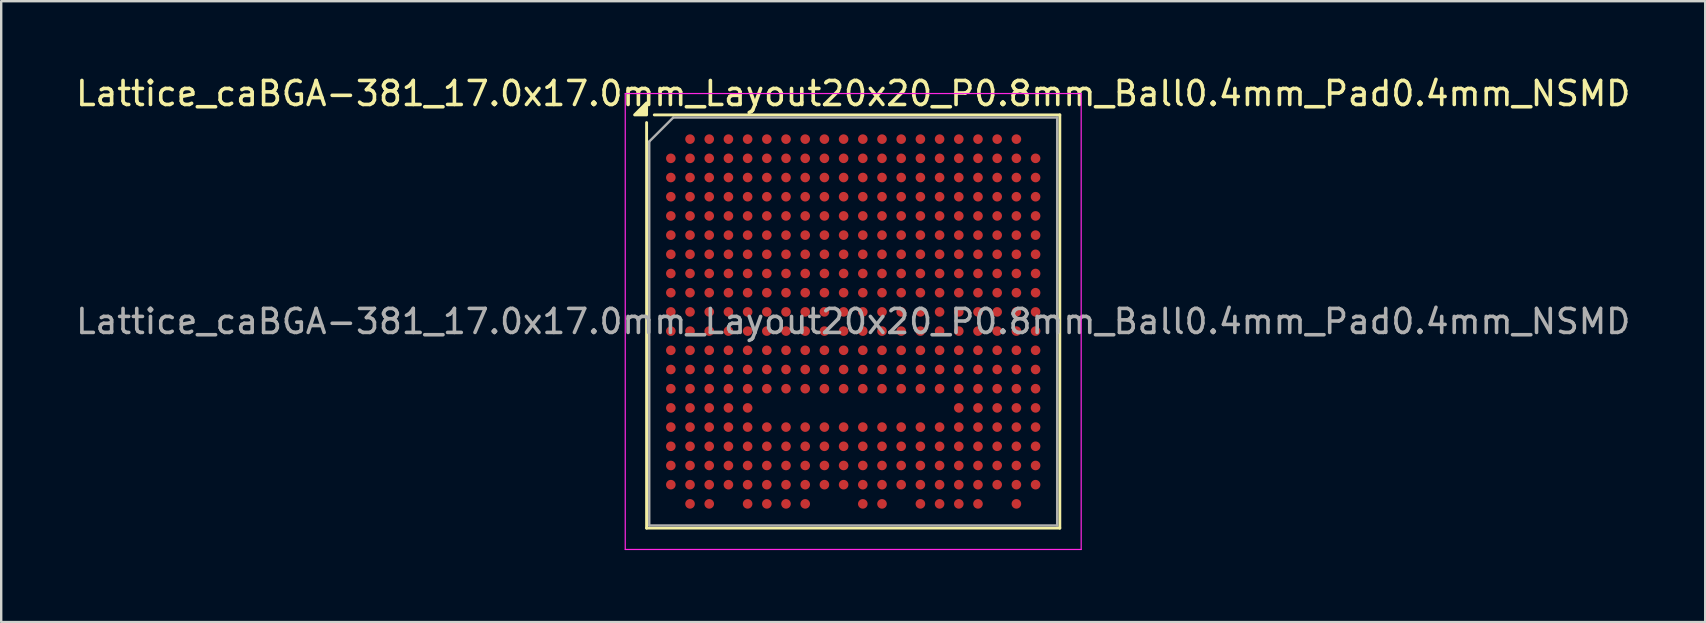
<source format=kicad_pcb>
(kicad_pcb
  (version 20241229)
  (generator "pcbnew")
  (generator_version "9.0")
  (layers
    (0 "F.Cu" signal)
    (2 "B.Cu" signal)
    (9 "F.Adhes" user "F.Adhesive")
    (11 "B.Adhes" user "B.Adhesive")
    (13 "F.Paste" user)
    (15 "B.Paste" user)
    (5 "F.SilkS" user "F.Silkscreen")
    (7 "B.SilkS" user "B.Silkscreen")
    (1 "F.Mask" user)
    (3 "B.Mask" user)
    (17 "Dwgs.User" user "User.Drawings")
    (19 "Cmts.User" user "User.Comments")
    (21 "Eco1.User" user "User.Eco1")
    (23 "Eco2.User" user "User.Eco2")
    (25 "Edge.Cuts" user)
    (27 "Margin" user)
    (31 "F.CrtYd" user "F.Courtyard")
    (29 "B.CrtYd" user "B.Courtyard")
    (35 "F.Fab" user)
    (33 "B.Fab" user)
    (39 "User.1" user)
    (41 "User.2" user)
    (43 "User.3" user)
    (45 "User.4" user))
  (footprint "Lattice_caBGA-381_17.0x17.0mm_Layout20x20_P0.8mm_Ball0.4mm_Pad0.4mm_NSMD"
    (layer "F.Cu")
    (at 32.506 10.348)
    (property "Reference" "Lattice_caBGA-381_17.0x17.0mm_Layout20x20_P0.8mm_Ball0.4mm_Pad0.4mm_NSMD" (at 0 -9.5 0) (layer "F.SilkS") (effects (font (size 1 1) (thickness 0.15))))
    (attr smd)
    (fp_line (start -8.61 8.61) (end -8.61 -8.29) (stroke (width 0.12) (type solid)) (layer "F.SilkS"))
    (fp_line (start 8.61 -8.61) (end -8.29 -8.61) (stroke (width 0.12) (type solid)) (layer "F.SilkS"))
    (fp_line (start 8.61 -8.61) (end 8.61 8.61) (stroke (width 0.12) (type solid)) (layer "F.SilkS"))
    (fp_line (start 8.61 8.61) (end -8.61 8.61) (stroke (width 0.12) (type solid)) (layer "F.SilkS"))
    (fp_poly (pts (xy -8.61 -8.61) (xy -9.11 -8.61) (xy -8.61 -9.11) (xy -8.61 -8.61)) (stroke (width 0.12) (type solid)) (fill yes) (layer "F.SilkS"))
    (fp_line (start -9.5 -9.5) (end -9.5 9.5) (stroke (width 0.05) (type solid)) (layer "F.CrtYd"))
    (fp_line (start -9.5 9.5) (end 9.5 9.5) (stroke (width 0.05) (type solid)) (layer "F.CrtYd"))
    (fp_line (start 9.5 -9.5) (end -9.5 -9.5) (stroke (width 0.05) (type solid)) (layer "F.CrtYd"))
    (fp_line (start 9.5 9.5) (end 9.5 -9.5) (stroke (width 0.05) (type solid)) (layer "F.CrtYd"))
    (fp_line (start -8.5 -7.5) (end -7.5 -8.5) (stroke (width 0.1) (type solid)) (layer "F.Fab"))
    (fp_line (start -8.5 8.5) (end -8.5 -7.5) (stroke (width 0.1) (type solid)) (layer "F.Fab"))
    (fp_line (start -7.5 -8.5) (end 8.5 -8.5) (stroke (width 0.1) (type solid)) (layer "F.Fab"))
    (fp_line (start 8.5 -8.5) (end 8.5 8.5) (stroke (width 0.1) (type solid)) (layer "F.Fab"))
    (fp_line (start 8.5 8.5) (end -8.5 8.5) (stroke (width 0.1) (type solid)) (layer "F.Fab"))
    (fp_text user "${REFERENCE}" (at 0 0 0) (layer "F.Fab") (effects (font (size 1 1) (thickness 0.15))))
    (pad "A2" smd circle (at -6.8 -7.6) (size 0.4 0.4) (property pad_prop_bga) (layers "F.Cu" "F.Mask" "F.Paste"))
    (pad "A3" smd circle (at -6 -7.6) (size 0.4 0.4) (property pad_prop_bga) (layers "F.Cu" "F.Mask" "F.Paste"))
    (pad "A4" smd circle (at -5.2 -7.6) (size 0.4 0.4) (property pad_prop_bga) (layers "F.Cu" "F.Mask" "F.Paste"))
    (pad "A5" smd circle (at -4.4 -7.6) (size 0.4 0.4) (property pad_prop_bga) (layers "F.Cu" "F.Mask" "F.Paste"))
    (pad "A6" smd circle (at -3.6 -7.6) (size 0.4 0.4) (property pad_prop_bga) (layers "F.Cu" "F.Mask" "F.Paste"))
    (pad "A7" smd circle (at -2.8 -7.6) (size 0.4 0.4) (property pad_prop_bga) (layers "F.Cu" "F.Mask" "F.Paste"))
    (pad "A8" smd circle (at -2 -7.6) (size 0.4 0.4) (property pad_prop_bga) (layers "F.Cu" "F.Mask" "F.Paste"))
    (pad "A9" smd circle (at -1.2 -7.6) (size 0.4 0.4) (property pad_prop_bga) (layers "F.Cu" "F.Mask" "F.Paste"))
    (pad "A10" smd circle (at -0.4 -7.6) (size 0.4 0.4) (property pad_prop_bga) (layers "F.Cu" "F.Mask" "F.Paste"))
    (pad "A11" smd circle (at 0.4 -7.6) (size 0.4 0.4) (property pad_prop_bga) (layers "F.Cu" "F.Mask" "F.Paste"))
    (pad "A12" smd circle (at 1.2 -7.6) (size 0.4 0.4) (property pad_prop_bga) (layers "F.Cu" "F.Mask" "F.Paste"))
    (pad "A13" smd circle (at 2 -7.6) (size 0.4 0.4) (property pad_prop_bga) (layers "F.Cu" "F.Mask" "F.Paste"))
    (pad "A14" smd circle (at 2.8 -7.6) (size 0.4 0.4) (property pad_prop_bga) (layers "F.Cu" "F.Mask" "F.Paste"))
    (pad "A15" smd circle (at 3.6 -7.6) (size 0.4 0.4) (property pad_prop_bga) (layers "F.Cu" "F.Mask" "F.Paste"))
    (pad "A16" smd circle (at 4.4 -7.6) (size 0.4 0.4) (property pad_prop_bga) (layers "F.Cu" "F.Mask" "F.Paste"))
    (pad "A17" smd circle (at 5.2 -7.6) (size 0.4 0.4) (property pad_prop_bga) (layers "F.Cu" "F.Mask" "F.Paste"))
    (pad "A18" smd circle (at 6 -7.6) (size 0.4 0.4) (property pad_prop_bga) (layers "F.Cu" "F.Mask" "F.Paste"))
    (pad "A19" smd circle (at 6.8 -7.6) (size 0.4 0.4) (property pad_prop_bga) (layers "F.Cu" "F.Mask" "F.Paste"))
    (pad "B1" smd circle (at -7.6 -6.8) (size 0.4 0.4) (property pad_prop_bga) (layers "F.Cu" "F.Mask" "F.Paste"))
    (pad "B2" smd circle (at -6.8 -6.8) (size 0.4 0.4) (property pad_prop_bga) (layers "F.Cu" "F.Mask" "F.Paste"))
    (pad "B3" smd circle (at -6 -6.8) (size 0.4 0.4) (property pad_prop_bga) (layers "F.Cu" "F.Mask" "F.Paste"))
    (pad "B4" smd circle (at -5.2 -6.8) (size 0.4 0.4) (property pad_prop_bga) (layers "F.Cu" "F.Mask" "F.Paste"))
    (pad "B5" smd circle (at -4.4 -6.8) (size 0.4 0.4) (property pad_prop_bga) (layers "F.Cu" "F.Mask" "F.Paste"))
    (pad "B6" smd circle (at -3.6 -6.8) (size 0.4 0.4) (property pad_prop_bga) (layers "F.Cu" "F.Mask" "F.Paste"))
    (pad "B7" smd circle (at -2.8 -6.8) (size 0.4 0.4) (property pad_prop_bga) (layers "F.Cu" "F.Mask" "F.Paste"))
    (pad "B8" smd circle (at -2 -6.8) (size 0.4 0.4) (property pad_prop_bga) (layers "F.Cu" "F.Mask" "F.Paste"))
    (pad "B9" smd circle (at -1.2 -6.8) (size 0.4 0.4) (property pad_prop_bga) (layers "F.Cu" "F.Mask" "F.Paste"))
    (pad "B10" smd circle (at -0.4 -6.8) (size 0.4 0.4) (property pad_prop_bga) (layers "F.Cu" "F.Mask" "F.Paste"))
    (pad "B11" smd circle (at 0.4 -6.8) (size 0.4 0.4) (property pad_prop_bga) (layers "F.Cu" "F.Mask" "F.Paste"))
    (pad "B12" smd circle (at 1.2 -6.8) (size 0.4 0.4) (property pad_prop_bga) (layers "F.Cu" "F.Mask" "F.Paste"))
    (pad "B13" smd circle (at 2 -6.8) (size 0.4 0.4) (property pad_prop_bga) (layers "F.Cu" "F.Mask" "F.Paste"))
    (pad "B14" smd circle (at 2.8 -6.8) (size 0.4 0.4) (property pad_prop_bga) (layers "F.Cu" "F.Mask" "F.Paste"))
    (pad "B15" smd circle (at 3.6 -6.8) (size 0.4 0.4) (property pad_prop_bga) (layers "F.Cu" "F.Mask" "F.Paste"))
    (pad "B16" smd circle (at 4.4 -6.8) (size 0.4 0.4) (property pad_prop_bga) (layers "F.Cu" "F.Mask" "F.Paste"))
    (pad "B17" smd circle (at 5.2 -6.8) (size 0.4 0.4) (property pad_prop_bga) (layers "F.Cu" "F.Mask" "F.Paste"))
    (pad "B18" smd circle (at 6 -6.8) (size 0.4 0.4) (property pad_prop_bga) (layers "F.Cu" "F.Mask" "F.Paste"))
    (pad "B19" smd circle (at 6.8 -6.8) (size 0.4 0.4) (property pad_prop_bga) (layers "F.Cu" "F.Mask" "F.Paste"))
    (pad "B20" smd circle (at 7.6 -6.8) (size 0.4 0.4) (property pad_prop_bga) (layers "F.Cu" "F.Mask" "F.Paste"))
    (pad "C1" smd circle (at -7.6 -6) (size 0.4 0.4) (property pad_prop_bga) (layers "F.Cu" "F.Mask" "F.Paste"))
    (pad "C2" smd circle (at -6.8 -6) (size 0.4 0.4) (property pad_prop_bga) (layers "F.Cu" "F.Mask" "F.Paste"))
    (pad "C3" smd circle (at -6 -6) (size 0.4 0.4) (property pad_prop_bga) (layers "F.Cu" "F.Mask" "F.Paste"))
    (pad "C4" smd circle (at -5.2 -6) (size 0.4 0.4) (property pad_prop_bga) (layers "F.Cu" "F.Mask" "F.Paste"))
    (pad "C5" smd circle (at -4.4 -6) (size 0.4 0.4) (property pad_prop_bga) (layers "F.Cu" "F.Mask" "F.Paste"))
    (pad "C6" smd circle (at -3.6 -6) (size 0.4 0.4) (property pad_prop_bga) (layers "F.Cu" "F.Mask" "F.Paste"))
    (pad "C7" smd circle (at -2.8 -6) (size 0.4 0.4) (property pad_prop_bga) (layers "F.Cu" "F.Mask" "F.Paste"))
    (pad "C8" smd circle (at -2 -6) (size 0.4 0.4) (property pad_prop_bga) (layers "F.Cu" "F.Mask" "F.Paste"))
    (pad "C9" smd circle (at -1.2 -6) (size 0.4 0.4) (property pad_prop_bga) (layers "F.Cu" "F.Mask" "F.Paste"))
    (pad "C10" smd circle (at -0.4 -6) (size 0.4 0.4) (property pad_prop_bga) (layers "F.Cu" "F.Mask" "F.Paste"))
    (pad "C11" smd circle (at 0.4 -6) (size 0.4 0.4) (property pad_prop_bga) (layers "F.Cu" "F.Mask" "F.Paste"))
    (pad "C12" smd circle (at 1.2 -6) (size 0.4 0.4) (property pad_prop_bga) (layers "F.Cu" "F.Mask" "F.Paste"))
    (pad "C13" smd circle (at 2 -6) (size 0.4 0.4) (property pad_prop_bga) (layers "F.Cu" "F.Mask" "F.Paste"))
    (pad "C14" smd circle (at 2.8 -6) (size 0.4 0.4) (property pad_prop_bga) (layers "F.Cu" "F.Mask" "F.Paste"))
    (pad "C15" smd circle (at 3.6 -6) (size 0.4 0.4) (property pad_prop_bga) (layers "F.Cu" "F.Mask" "F.Paste"))
    (pad "C16" smd circle (at 4.4 -6) (size 0.4 0.4) (property pad_prop_bga) (layers "F.Cu" "F.Mask" "F.Paste"))
    (pad "C17" smd circle (at 5.2 -6) (size 0.4 0.4) (property pad_prop_bga) (layers "F.Cu" "F.Mask" "F.Paste"))
    (pad "C18" smd circle (at 6 -6) (size 0.4 0.4) (property pad_prop_bga) (layers "F.Cu" "F.Mask" "F.Paste"))
    (pad "C19" smd circle (at 6.8 -6) (size 0.4 0.4) (property pad_prop_bga) (layers "F.Cu" "F.Mask" "F.Paste"))
    (pad "C20" smd circle (at 7.6 -6) (size 0.4 0.4) (property pad_prop_bga) (layers "F.Cu" "F.Mask" "F.Paste"))
    (pad "D1" smd circle (at -7.6 -5.2) (size 0.4 0.4) (property pad_prop_bga) (layers "F.Cu" "F.Mask" "F.Paste"))
    (pad "D2" smd circle (at -6.8 -5.2) (size 0.4 0.4) (property pad_prop_bga) (layers "F.Cu" "F.Mask" "F.Paste"))
    (pad "D3" smd circle (at -6 -5.2) (size 0.4 0.4) (property pad_prop_bga) (layers "F.Cu" "F.Mask" "F.Paste"))
    (pad "D4" smd circle (at -5.2 -5.2) (size 0.4 0.4) (property pad_prop_bga) (layers "F.Cu" "F.Mask" "F.Paste"))
    (pad "D5" smd circle (at -4.4 -5.2) (size 0.4 0.4) (property pad_prop_bga) (layers "F.Cu" "F.Mask" "F.Paste"))
    (pad "D6" smd circle (at -3.6 -5.2) (size 0.4 0.4) (property pad_prop_bga) (layers "F.Cu" "F.Mask" "F.Paste"))
    (pad "D7" smd circle (at -2.8 -5.2) (size 0.4 0.4) (property pad_prop_bga) (layers "F.Cu" "F.Mask" "F.Paste"))
    (pad "D8" smd circle (at -2 -5.2) (size 0.4 0.4) (property pad_prop_bga) (layers "F.Cu" "F.Mask" "F.Paste"))
    (pad "D9" smd circle (at -1.2 -5.2) (size 0.4 0.4) (property pad_prop_bga) (layers "F.Cu" "F.Mask" "F.Paste"))
    (pad "D10" smd circle (at -0.4 -5.2) (size 0.4 0.4) (property pad_prop_bga) (layers "F.Cu" "F.Mask" "F.Paste"))
    (pad "D11" smd circle (at 0.4 -5.2) (size 0.4 0.4) (property pad_prop_bga) (layers "F.Cu" "F.Mask" "F.Paste"))
    (pad "D12" smd circle (at 1.2 -5.2) (size 0.4 0.4) (property pad_prop_bga) (layers "F.Cu" "F.Mask" "F.Paste"))
    (pad "D13" smd circle (at 2 -5.2) (size 0.4 0.4) (property pad_prop_bga) (layers "F.Cu" "F.Mask" "F.Paste"))
    (pad "D14" smd circle (at 2.8 -5.2) (size 0.4 0.4) (property pad_prop_bga) (layers "F.Cu" "F.Mask" "F.Paste"))
    (pad "D15" smd circle (at 3.6 -5.2) (size 0.4 0.4) (property pad_prop_bga) (layers "F.Cu" "F.Mask" "F.Paste"))
    (pad "D16" smd circle (at 4.4 -5.2) (size 0.4 0.4) (property pad_prop_bga) (layers "F.Cu" "F.Mask" "F.Paste"))
    (pad "D17" smd circle (at 5.2 -5.2) (size 0.4 0.4) (property pad_prop_bga) (layers "F.Cu" "F.Mask" "F.Paste"))
    (pad "D18" smd circle (at 6 -5.2) (size 0.4 0.4) (property pad_prop_bga) (layers "F.Cu" "F.Mask" "F.Paste"))
    (pad "D19" smd circle (at 6.8 -5.2) (size 0.4 0.4) (property pad_prop_bga) (layers "F.Cu" "F.Mask" "F.Paste"))
    (pad "D20" smd circle (at 7.6 -5.2) (size 0.4 0.4) (property pad_prop_bga) (layers "F.Cu" "F.Mask" "F.Paste"))
    (pad "E1" smd circle (at -7.6 -4.4) (size 0.4 0.4) (property pad_prop_bga) (layers "F.Cu" "F.Mask" "F.Paste"))
    (pad "E2" smd circle (at -6.8 -4.4) (size 0.4 0.4) (property pad_prop_bga) (layers "F.Cu" "F.Mask" "F.Paste"))
    (pad "E3" smd circle (at -6 -4.4) (size 0.4 0.4) (property pad_prop_bga) (layers "F.Cu" "F.Mask" "F.Paste"))
    (pad "E4" smd circle (at -5.2 -4.4) (size 0.4 0.4) (property pad_prop_bga) (layers "F.Cu" "F.Mask" "F.Paste"))
    (pad "E5" smd circle (at -4.4 -4.4) (size 0.4 0.4) (property pad_prop_bga) (layers "F.Cu" "F.Mask" "F.Paste"))
    (pad "E6" smd circle (at -3.6 -4.4) (size 0.4 0.4) (property pad_prop_bga) (layers "F.Cu" "F.Mask" "F.Paste"))
    (pad "E7" smd circle (at -2.8 -4.4) (size 0.4 0.4) (property pad_prop_bga) (layers "F.Cu" "F.Mask" "F.Paste"))
    (pad "E8" smd circle (at -2 -4.4) (size 0.4 0.4) (property pad_prop_bga) (layers "F.Cu" "F.Mask" "F.Paste"))
    (pad "E9" smd circle (at -1.2 -4.4) (size 0.4 0.4) (property pad_prop_bga) (layers "F.Cu" "F.Mask" "F.Paste"))
    (pad "E10" smd circle (at -0.4 -4.4) (size 0.4 0.4) (property pad_prop_bga) (layers "F.Cu" "F.Mask" "F.Paste"))
    (pad "E11" smd circle (at 0.4 -4.4) (size 0.4 0.4) (property pad_prop_bga) (layers "F.Cu" "F.Mask" "F.Paste"))
    (pad "E12" smd circle (at 1.2 -4.4) (size 0.4 0.4) (property pad_prop_bga) (layers "F.Cu" "F.Mask" "F.Paste"))
    (pad "E13" smd circle (at 2 -4.4) (size 0.4 0.4) (property pad_prop_bga) (layers "F.Cu" "F.Mask" "F.Paste"))
    (pad "E14" smd circle (at 2.8 -4.4) (size 0.4 0.4) (property pad_prop_bga) (layers "F.Cu" "F.Mask" "F.Paste"))
    (pad "E15" smd circle (at 3.6 -4.4) (size 0.4 0.4) (property pad_prop_bga) (layers "F.Cu" "F.Mask" "F.Paste"))
    (pad "E16" smd circle (at 4.4 -4.4) (size 0.4 0.4) (property pad_prop_bga) (layers "F.Cu" "F.Mask" "F.Paste"))
    (pad "E17" smd circle (at 5.2 -4.4) (size 0.4 0.4) (property pad_prop_bga) (layers "F.Cu" "F.Mask" "F.Paste"))
    (pad "E18" smd circle (at 6 -4.4) (size 0.4 0.4) (property pad_prop_bga) (layers "F.Cu" "F.Mask" "F.Paste"))
    (pad "E19" smd circle (at 6.8 -4.4) (size 0.4 0.4) (property pad_prop_bga) (layers "F.Cu" "F.Mask" "F.Paste"))
    (pad "E20" smd circle (at 7.6 -4.4) (size 0.4 0.4) (property pad_prop_bga) (layers "F.Cu" "F.Mask" "F.Paste"))
    (pad "F1" smd circle (at -7.6 -3.6) (size 0.4 0.4) (property pad_prop_bga) (layers "F.Cu" "F.Mask" "F.Paste"))
    (pad "F2" smd circle (at -6.8 -3.6) (size 0.4 0.4) (property pad_prop_bga) (layers "F.Cu" "F.Mask" "F.Paste"))
    (pad "F3" smd circle (at -6 -3.6) (size 0.4 0.4) (property pad_prop_bga) (layers "F.Cu" "F.Mask" "F.Paste"))
    (pad "F4" smd circle (at -5.2 -3.6) (size 0.4 0.4) (property pad_prop_bga) (layers "F.Cu" "F.Mask" "F.Paste"))
    (pad "F5" smd circle (at -4.4 -3.6) (size 0.4 0.4) (property pad_prop_bga) (layers "F.Cu" "F.Mask" "F.Paste"))
    (pad "F6" smd circle (at -3.6 -3.6) (size 0.4 0.4) (property pad_prop_bga) (layers "F.Cu" "F.Mask" "F.Paste"))
    (pad "F7" smd circle (at -2.8 -3.6) (size 0.4 0.4) (property pad_prop_bga) (layers "F.Cu" "F.Mask" "F.Paste"))
    (pad "F8" smd circle (at -2 -3.6) (size 0.4 0.4) (property pad_prop_bga) (layers "F.Cu" "F.Mask" "F.Paste"))
    (pad "F9" smd circle (at -1.2 -3.6) (size 0.4 0.4) (property pad_prop_bga) (layers "F.Cu" "F.Mask" "F.Paste"))
    (pad "F10" smd circle (at -0.4 -3.6) (size 0.4 0.4) (property pad_prop_bga) (layers "F.Cu" "F.Mask" "F.Paste"))
    (pad "F11" smd circle (at 0.4 -3.6) (size 0.4 0.4) (property pad_prop_bga) (layers "F.Cu" "F.Mask" "F.Paste"))
    (pad "F12" smd circle (at 1.2 -3.6) (size 0.4 0.4) (property pad_prop_bga) (layers "F.Cu" "F.Mask" "F.Paste"))
    (pad "F13" smd circle (at 2 -3.6) (size 0.4 0.4) (property pad_prop_bga) (layers "F.Cu" "F.Mask" "F.Paste"))
    (pad "F14" smd circle (at 2.8 -3.6) (size 0.4 0.4) (property pad_prop_bga) (layers "F.Cu" "F.Mask" "F.Paste"))
    (pad "F15" smd circle (at 3.6 -3.6) (size 0.4 0.4) (property pad_prop_bga) (layers "F.Cu" "F.Mask" "F.Paste"))
    (pad "F16" smd circle (at 4.4 -3.6) (size 0.4 0.4) (property pad_prop_bga) (layers "F.Cu" "F.Mask" "F.Paste"))
    (pad "F17" smd circle (at 5.2 -3.6) (size 0.4 0.4) (property pad_prop_bga) (layers "F.Cu" "F.Mask" "F.Paste"))
    (pad "F18" smd circle (at 6 -3.6) (size 0.4 0.4) (property pad_prop_bga) (layers "F.Cu" "F.Mask" "F.Paste"))
    (pad "F19" smd circle (at 6.8 -3.6) (size 0.4 0.4) (property pad_prop_bga) (layers "F.Cu" "F.Mask" "F.Paste"))
    (pad "F20" smd circle (at 7.6 -3.6) (size 0.4 0.4) (property pad_prop_bga) (layers "F.Cu" "F.Mask" "F.Paste"))
    (pad "G1" smd circle (at -7.6 -2.8) (size 0.4 0.4) (property pad_prop_bga) (layers "F.Cu" "F.Mask" "F.Paste"))
    (pad "G2" smd circle (at -6.8 -2.8) (size 0.4 0.4) (property pad_prop_bga) (layers "F.Cu" "F.Mask" "F.Paste"))
    (pad "G3" smd circle (at -6 -2.8) (size 0.4 0.4) (property pad_prop_bga) (layers "F.Cu" "F.Mask" "F.Paste"))
    (pad "G4" smd circle (at -5.2 -2.8) (size 0.4 0.4) (property pad_prop_bga) (layers "F.Cu" "F.Mask" "F.Paste"))
    (pad "G5" smd circle (at -4.4 -2.8) (size 0.4 0.4) (property pad_prop_bga) (layers "F.Cu" "F.Mask" "F.Paste"))
    (pad "G6" smd circle (at -3.6 -2.8) (size 0.4 0.4) (property pad_prop_bga) (layers "F.Cu" "F.Mask" "F.Paste"))
    (pad "G7" smd circle (at -2.8 -2.8) (size 0.4 0.4) (property pad_prop_bga) (layers "F.Cu" "F.Mask" "F.Paste"))
    (pad "G8" smd circle (at -2 -2.8) (size 0.4 0.4) (property pad_prop_bga) (layers "F.Cu" "F.Mask" "F.Paste"))
    (pad "G9" smd circle (at -1.2 -2.8) (size 0.4 0.4) (property pad_prop_bga) (layers "F.Cu" "F.Mask" "F.Paste"))
    (pad "G10" smd circle (at -0.4 -2.8) (size 0.4 0.4) (property pad_prop_bga) (layers "F.Cu" "F.Mask" "F.Paste"))
    (pad "G11" smd circle (at 0.4 -2.8) (size 0.4 0.4) (property pad_prop_bga) (layers "F.Cu" "F.Mask" "F.Paste"))
    (pad "G12" smd circle (at 1.2 -2.8) (size 0.4 0.4) (property pad_prop_bga) (layers "F.Cu" "F.Mask" "F.Paste"))
    (pad "G13" smd circle (at 2 -2.8) (size 0.4 0.4) (property pad_prop_bga) (layers "F.Cu" "F.Mask" "F.Paste"))
    (pad "G14" smd circle (at 2.8 -2.8) (size 0.4 0.4) (property pad_prop_bga) (layers "F.Cu" "F.Mask" "F.Paste"))
    (pad "G15" smd circle (at 3.6 -2.8) (size 0.4 0.4) (property pad_prop_bga) (layers "F.Cu" "F.Mask" "F.Paste"))
    (pad "G16" smd circle (at 4.4 -2.8) (size 0.4 0.4) (property pad_prop_bga) (layers "F.Cu" "F.Mask" "F.Paste"))
    (pad "G17" smd circle (at 5.2 -2.8) (size 0.4 0.4) (property pad_prop_bga) (layers "F.Cu" "F.Mask" "F.Paste"))
    (pad "G18" smd circle (at 6 -2.8) (size 0.4 0.4) (property pad_prop_bga) (layers "F.Cu" "F.Mask" "F.Paste"))
    (pad "G19" smd circle (at 6.8 -2.8) (size 0.4 0.4) (property pad_prop_bga) (layers "F.Cu" "F.Mask" "F.Paste"))
    (pad "G20" smd circle (at 7.6 -2.8) (size 0.4 0.4) (property pad_prop_bga) (layers "F.Cu" "F.Mask" "F.Paste"))
    (pad "H1" smd circle (at -7.6 -2) (size 0.4 0.4) (property pad_prop_bga) (layers "F.Cu" "F.Mask" "F.Paste"))
    (pad "H2" smd circle (at -6.8 -2) (size 0.4 0.4) (property pad_prop_bga) (layers "F.Cu" "F.Mask" "F.Paste"))
    (pad "H3" smd circle (at -6 -2) (size 0.4 0.4) (property pad_prop_bga) (layers "F.Cu" "F.Mask" "F.Paste"))
    (pad "H4" smd circle (at -5.2 -2) (size 0.4 0.4) (property pad_prop_bga) (layers "F.Cu" "F.Mask" "F.Paste"))
    (pad "H5" smd circle (at -4.4 -2) (size 0.4 0.4) (property pad_prop_bga) (layers "F.Cu" "F.Mask" "F.Paste"))
    (pad "H6" smd circle (at -3.6 -2) (size 0.4 0.4) (property pad_prop_bga) (layers "F.Cu" "F.Mask" "F.Paste"))
    (pad "H7" smd circle (at -2.8 -2) (size 0.4 0.4) (property pad_prop_bga) (layers "F.Cu" "F.Mask" "F.Paste"))
    (pad "H8" smd circle (at -2 -2) (size 0.4 0.4) (property pad_prop_bga) (layers "F.Cu" "F.Mask" "F.Paste"))
    (pad "H9" smd circle (at -1.2 -2) (size 0.4 0.4) (property pad_prop_bga) (layers "F.Cu" "F.Mask" "F.Paste"))
    (pad "H10" smd circle (at -0.4 -2) (size 0.4 0.4) (property pad_prop_bga) (layers "F.Cu" "F.Mask" "F.Paste"))
    (pad "H11" smd circle (at 0.4 -2) (size 0.4 0.4) (property pad_prop_bga) (layers "F.Cu" "F.Mask" "F.Paste"))
    (pad "H12" smd circle (at 1.2 -2) (size 0.4 0.4) (property pad_prop_bga) (layers "F.Cu" "F.Mask" "F.Paste"))
    (pad "H13" smd circle (at 2 -2) (size 0.4 0.4) (property pad_prop_bga) (layers "F.Cu" "F.Mask" "F.Paste"))
    (pad "H14" smd circle (at 2.8 -2) (size 0.4 0.4) (property pad_prop_bga) (layers "F.Cu" "F.Mask" "F.Paste"))
    (pad "H15" smd circle (at 3.6 -2) (size 0.4 0.4) (property pad_prop_bga) (layers "F.Cu" "F.Mask" "F.Paste"))
    (pad "H16" smd circle (at 4.4 -2) (size 0.4 0.4) (property pad_prop_bga) (layers "F.Cu" "F.Mask" "F.Paste"))
    (pad "H17" smd circle (at 5.2 -2) (size 0.4 0.4) (property pad_prop_bga) (layers "F.Cu" "F.Mask" "F.Paste"))
    (pad "H18" smd circle (at 6 -2) (size 0.4 0.4) (property pad_prop_bga) (layers "F.Cu" "F.Mask" "F.Paste"))
    (pad "H19" smd circle (at 6.8 -2) (size 0.4 0.4) (property pad_prop_bga) (layers "F.Cu" "F.Mask" "F.Paste"))
    (pad "H20" smd circle (at 7.6 -2) (size 0.4 0.4) (property pad_prop_bga) (layers "F.Cu" "F.Mask" "F.Paste"))
    (pad "J1" smd circle (at -7.6 -1.2) (size 0.4 0.4) (property pad_prop_bga) (layers "F.Cu" "F.Mask" "F.Paste"))
    (pad "J2" smd circle (at -6.8 -1.2) (size 0.4 0.4) (property pad_prop_bga) (layers "F.Cu" "F.Mask" "F.Paste"))
    (pad "J3" smd circle (at -6 -1.2) (size 0.4 0.4) (property pad_prop_bga) (layers "F.Cu" "F.Mask" "F.Paste"))
    (pad "J4" smd circle (at -5.2 -1.2) (size 0.4 0.4) (property pad_prop_bga) (layers "F.Cu" "F.Mask" "F.Paste"))
    (pad "J5" smd circle (at -4.4 -1.2) (size 0.4 0.4) (property pad_prop_bga) (layers "F.Cu" "F.Mask" "F.Paste"))
    (pad "J6" smd circle (at -3.6 -1.2) (size 0.4 0.4) (property pad_prop_bga) (layers "F.Cu" "F.Mask" "F.Paste"))
    (pad "J7" smd circle (at -2.8 -1.2) (size 0.4 0.4) (property pad_prop_bga) (layers "F.Cu" "F.Mask" "F.Paste"))
    (pad "J8" smd circle (at -2 -1.2) (size 0.4 0.4) (property pad_prop_bga) (layers "F.Cu" "F.Mask" "F.Paste"))
    (pad "J9" smd circle (at -1.2 -1.2) (size 0.4 0.4) (property pad_prop_bga) (layers "F.Cu" "F.Mask" "F.Paste"))
    (pad "J10" smd circle (at -0.4 -1.2) (size 0.4 0.4) (property pad_prop_bga) (layers "F.Cu" "F.Mask" "F.Paste"))
    (pad "J11" smd circle (at 0.4 -1.2) (size 0.4 0.4) (property pad_prop_bga) (layers "F.Cu" "F.Mask" "F.Paste"))
    (pad "J12" smd circle (at 1.2 -1.2) (size 0.4 0.4) (property pad_prop_bga) (layers "F.Cu" "F.Mask" "F.Paste"))
    (pad "J13" smd circle (at 2 -1.2) (size 0.4 0.4) (property pad_prop_bga) (layers "F.Cu" "F.Mask" "F.Paste"))
    (pad "J14" smd circle (at 2.8 -1.2) (size 0.4 0.4) (property pad_prop_bga) (layers "F.Cu" "F.Mask" "F.Paste"))
    (pad "J15" smd circle (at 3.6 -1.2) (size 0.4 0.4) (property pad_prop_bga) (layers "F.Cu" "F.Mask" "F.Paste"))
    (pad "J16" smd circle (at 4.4 -1.2) (size 0.4 0.4) (property pad_prop_bga) (layers "F.Cu" "F.Mask" "F.Paste"))
    (pad "J17" smd circle (at 5.2 -1.2) (size 0.4 0.4) (property pad_prop_bga) (layers "F.Cu" "F.Mask" "F.Paste"))
    (pad "J18" smd circle (at 6 -1.2) (size 0.4 0.4) (property pad_prop_bga) (layers "F.Cu" "F.Mask" "F.Paste"))
    (pad "J19" smd circle (at 6.8 -1.2) (size 0.4 0.4) (property pad_prop_bga) (layers "F.Cu" "F.Mask" "F.Paste"))
    (pad "J20" smd circle (at 7.6 -1.2) (size 0.4 0.4) (property pad_prop_bga) (layers "F.Cu" "F.Mask" "F.Paste"))
    (pad "K1" smd circle (at -7.6 -0.4) (size 0.4 0.4) (property pad_prop_bga) (layers "F.Cu" "F.Mask" "F.Paste"))
    (pad "K2" smd circle (at -6.8 -0.4) (size 0.4 0.4) (property pad_prop_bga) (layers "F.Cu" "F.Mask" "F.Paste"))
    (pad "K3" smd circle (at -6 -0.4) (size 0.4 0.4) (property pad_prop_bga) (layers "F.Cu" "F.Mask" "F.Paste"))
    (pad "K4" smd circle (at -5.2 -0.4) (size 0.4 0.4) (property pad_prop_bga) (layers "F.Cu" "F.Mask" "F.Paste"))
    (pad "K5" smd circle (at -4.4 -0.4) (size 0.4 0.4) (property pad_prop_bga) (layers "F.Cu" "F.Mask" "F.Paste"))
    (pad "K6" smd circle (at -3.6 -0.4) (size 0.4 0.4) (property pad_prop_bga) (layers "F.Cu" "F.Mask" "F.Paste"))
    (pad "K7" smd circle (at -2.8 -0.4) (size 0.4 0.4) (property pad_prop_bga) (layers "F.Cu" "F.Mask" "F.Paste"))
    (pad "K8" smd circle (at -2 -0.4) (size 0.4 0.4) (property pad_prop_bga) (layers "F.Cu" "F.Mask" "F.Paste"))
    (pad "K9" smd circle (at -1.2 -0.4) (size 0.4 0.4) (property pad_prop_bga) (layers "F.Cu" "F.Mask" "F.Paste"))
    (pad "K10" smd circle (at -0.4 -0.4) (size 0.4 0.4) (property pad_prop_bga) (layers "F.Cu" "F.Mask" "F.Paste"))
    (pad "K11" smd circle (at 0.4 -0.4) (size 0.4 0.4) (property pad_prop_bga) (layers "F.Cu" "F.Mask" "F.Paste"))
    (pad "K12" smd circle (at 1.2 -0.4) (size 0.4 0.4) (property pad_prop_bga) (layers "F.Cu" "F.Mask" "F.Paste"))
    (pad "K13" smd circle (at 2 -0.4) (size 0.4 0.4) (property pad_prop_bga) (layers "F.Cu" "F.Mask" "F.Paste"))
    (pad "K14" smd circle (at 2.8 -0.4) (size 0.4 0.4) (property pad_prop_bga) (layers "F.Cu" "F.Mask" "F.Paste"))
    (pad "K15" smd circle (at 3.6 -0.4) (size 0.4 0.4) (property pad_prop_bga) (layers "F.Cu" "F.Mask" "F.Paste"))
    (pad "K16" smd circle (at 4.4 -0.4) (size 0.4 0.4) (property pad_prop_bga) (layers "F.Cu" "F.Mask" "F.Paste"))
    (pad "K17" smd circle (at 5.2 -0.4) (size 0.4 0.4) (property pad_prop_bga) (layers "F.Cu" "F.Mask" "F.Paste"))
    (pad "K18" smd circle (at 6 -0.4) (size 0.4 0.4) (property pad_prop_bga) (layers "F.Cu" "F.Mask" "F.Paste"))
    (pad "K19" smd circle (at 6.8 -0.4) (size 0.4 0.4) (property pad_prop_bga) (layers "F.Cu" "F.Mask" "F.Paste"))
    (pad "K20" smd circle (at 7.6 -0.4) (size 0.4 0.4) (property pad_prop_bga) (layers "F.Cu" "F.Mask" "F.Paste"))
    (pad "L1" smd circle (at -7.6 0.4) (size 0.4 0.4) (property pad_prop_bga) (layers "F.Cu" "F.Mask" "F.Paste"))
    (pad "L2" smd circle (at -6.8 0.4) (size 0.4 0.4) (property pad_prop_bga) (layers "F.Cu" "F.Mask" "F.Paste"))
    (pad "L3" smd circle (at -6 0.4) (size 0.4 0.4) (property pad_prop_bga) (layers "F.Cu" "F.Mask" "F.Paste"))
    (pad "L4" smd circle (at -5.2 0.4) (size 0.4 0.4) (property pad_prop_bga) (layers "F.Cu" "F.Mask" "F.Paste"))
    (pad "L5" smd circle (at -4.4 0.4) (size 0.4 0.4) (property pad_prop_bga) (layers "F.Cu" "F.Mask" "F.Paste"))
    (pad "L6" smd circle (at -3.6 0.4) (size 0.4 0.4) (property pad_prop_bga) (layers "F.Cu" "F.Mask" "F.Paste"))
    (pad "L7" smd circle (at -2.8 0.4) (size 0.4 0.4) (property pad_prop_bga) (layers "F.Cu" "F.Mask" "F.Paste"))
    (pad "L8" smd circle (at -2 0.4) (size 0.4 0.4) (property pad_prop_bga) (layers "F.Cu" "F.Mask" "F.Paste"))
    (pad "L9" smd circle (at -1.2 0.4) (size 0.4 0.4) (property pad_prop_bga) (layers "F.Cu" "F.Mask" "F.Paste"))
    (pad "L10" smd circle (at -0.4 0.4) (size 0.4 0.4) (property pad_prop_bga) (layers "F.Cu" "F.Mask" "F.Paste"))
    (pad "L11" smd circle (at 0.4 0.4) (size 0.4 0.4) (property pad_prop_bga) (layers "F.Cu" "F.Mask" "F.Paste"))
    (pad "L12" smd circle (at 1.2 0.4) (size 0.4 0.4) (property pad_prop_bga) (layers "F.Cu" "F.Mask" "F.Paste"))
    (pad "L13" smd circle (at 2 0.4) (size 0.4 0.4) (property pad_prop_bga) (layers "F.Cu" "F.Mask" "F.Paste"))
    (pad "L14" smd circle (at 2.8 0.4) (size 0.4 0.4) (property pad_prop_bga) (layers "F.Cu" "F.Mask" "F.Paste"))
    (pad "L15" smd circle (at 3.6 0.4) (size 0.4 0.4) (property pad_prop_bga) (layers "F.Cu" "F.Mask" "F.Paste"))
    (pad "L16" smd circle (at 4.4 0.4) (size 0.4 0.4) (property pad_prop_bga) (layers "F.Cu" "F.Mask" "F.Paste"))
    (pad "L17" smd circle (at 5.2 0.4) (size 0.4 0.4) (property pad_prop_bga) (layers "F.Cu" "F.Mask" "F.Paste"))
    (pad "L18" smd circle (at 6 0.4) (size 0.4 0.4) (property pad_prop_bga) (layers "F.Cu" "F.Mask" "F.Paste"))
    (pad "L19" smd circle (at 6.8 0.4) (size 0.4 0.4) (property pad_prop_bga) (layers "F.Cu" "F.Mask" "F.Paste"))
    (pad "L20" smd circle (at 7.6 0.4) (size 0.4 0.4) (property pad_prop_bga) (layers "F.Cu" "F.Mask" "F.Paste"))
    (pad "M1" smd circle (at -7.6 1.2) (size 0.4 0.4) (property pad_prop_bga) (layers "F.Cu" "F.Mask" "F.Paste"))
    (pad "M2" smd circle (at -6.8 1.2) (size 0.4 0.4) (property pad_prop_bga) (layers "F.Cu" "F.Mask" "F.Paste"))
    (pad "M3" smd circle (at -6 1.2) (size 0.4 0.4) (property pad_prop_bga) (layers "F.Cu" "F.Mask" "F.Paste"))
    (pad "M4" smd circle (at -5.2 1.2) (size 0.4 0.4) (property pad_prop_bga) (layers "F.Cu" "F.Mask" "F.Paste"))
    (pad "M5" smd circle (at -4.4 1.2) (size 0.4 0.4) (property pad_prop_bga) (layers "F.Cu" "F.Mask" "F.Paste"))
    (pad "M6" smd circle (at -3.6 1.2) (size 0.4 0.4) (property pad_prop_bga) (layers "F.Cu" "F.Mask" "F.Paste"))
    (pad "M7" smd circle (at -2.8 1.2) (size 0.4 0.4) (property pad_prop_bga) (layers "F.Cu" "F.Mask" "F.Paste"))
    (pad "M8" smd circle (at -2 1.2) (size 0.4 0.4) (property pad_prop_bga) (layers "F.Cu" "F.Mask" "F.Paste"))
    (pad "M9" smd circle (at -1.2 1.2) (size 0.4 0.4) (property pad_prop_bga) (layers "F.Cu" "F.Mask" "F.Paste"))
    (pad "M10" smd circle (at -0.4 1.2) (size 0.4 0.4) (property pad_prop_bga) (layers "F.Cu" "F.Mask" "F.Paste"))
    (pad "M11" smd circle (at 0.4 1.2) (size 0.4 0.4) (property pad_prop_bga) (layers "F.Cu" "F.Mask" "F.Paste"))
    (pad "M12" smd circle (at 1.2 1.2) (size 0.4 0.4) (property pad_prop_bga) (layers "F.Cu" "F.Mask" "F.Paste"))
    (pad "M13" smd circle (at 2 1.2) (size 0.4 0.4) (property pad_prop_bga) (layers "F.Cu" "F.Mask" "F.Paste"))
    (pad "M14" smd circle (at 2.8 1.2) (size 0.4 0.4) (property pad_prop_bga) (layers "F.Cu" "F.Mask" "F.Paste"))
    (pad "M15" smd circle (at 3.6 1.2) (size 0.4 0.4) (property pad_prop_bga) (layers "F.Cu" "F.Mask" "F.Paste"))
    (pad "M16" smd circle (at 4.4 1.2) (size 0.4 0.4) (property pad_prop_bga) (layers "F.Cu" "F.Mask" "F.Paste"))
    (pad "M17" smd circle (at 5.2 1.2) (size 0.4 0.4) (property pad_prop_bga) (layers "F.Cu" "F.Mask" "F.Paste"))
    (pad "M18" smd circle (at 6 1.2) (size 0.4 0.4) (property pad_prop_bga) (layers "F.Cu" "F.Mask" "F.Paste"))
    (pad "M19" smd circle (at 6.8 1.2) (size 0.4 0.4) (property pad_prop_bga) (layers "F.Cu" "F.Mask" "F.Paste"))
    (pad "M20" smd circle (at 7.6 1.2) (size 0.4 0.4) (property pad_prop_bga) (layers "F.Cu" "F.Mask" "F.Paste"))
    (pad "N1" smd circle (at -7.6 2) (size 0.4 0.4) (property pad_prop_bga) (layers "F.Cu" "F.Mask" "F.Paste"))
    (pad "N2" smd circle (at -6.8 2) (size 0.4 0.4) (property pad_prop_bga) (layers "F.Cu" "F.Mask" "F.Paste"))
    (pad "N3" smd circle (at -6 2) (size 0.4 0.4) (property pad_prop_bga) (layers "F.Cu" "F.Mask" "F.Paste"))
    (pad "N4" smd circle (at -5.2 2) (size 0.4 0.4) (property pad_prop_bga) (layers "F.Cu" "F.Mask" "F.Paste"))
    (pad "N5" smd circle (at -4.4 2) (size 0.4 0.4) (property pad_prop_bga) (layers "F.Cu" "F.Mask" "F.Paste"))
    (pad "N6" smd circle (at -3.6 2) (size 0.4 0.4) (property pad_prop_bga) (layers "F.Cu" "F.Mask" "F.Paste"))
    (pad "N7" smd circle (at -2.8 2) (size 0.4 0.4) (property pad_prop_bga) (layers "F.Cu" "F.Mask" "F.Paste"))
    (pad "N8" smd circle (at -2 2) (size 0.4 0.4) (property pad_prop_bga) (layers "F.Cu" "F.Mask" "F.Paste"))
    (pad "N9" smd circle (at -1.2 2) (size 0.4 0.4) (property pad_prop_bga) (layers "F.Cu" "F.Mask" "F.Paste"))
    (pad "N10" smd circle (at -0.4 2) (size 0.4 0.4) (property pad_prop_bga) (layers "F.Cu" "F.Mask" "F.Paste"))
    (pad "N11" smd circle (at 0.4 2) (size 0.4 0.4) (property pad_prop_bga) (layers "F.Cu" "F.Mask" "F.Paste"))
    (pad "N12" smd circle (at 1.2 2) (size 0.4 0.4) (property pad_prop_bga) (layers "F.Cu" "F.Mask" "F.Paste"))
    (pad "N13" smd circle (at 2 2) (size 0.4 0.4) (property pad_prop_bga) (layers "F.Cu" "F.Mask" "F.Paste"))
    (pad "N14" smd circle (at 2.8 2) (size 0.4 0.4) (property pad_prop_bga) (layers "F.Cu" "F.Mask" "F.Paste"))
    (pad "N15" smd circle (at 3.6 2) (size 0.4 0.4) (property pad_prop_bga) (layers "F.Cu" "F.Mask" "F.Paste"))
    (pad "N16" smd circle (at 4.4 2) (size 0.4 0.4) (property pad_prop_bga) (layers "F.Cu" "F.Mask" "F.Paste"))
    (pad "N17" smd circle (at 5.2 2) (size 0.4 0.4) (property pad_prop_bga) (layers "F.Cu" "F.Mask" "F.Paste"))
    (pad "N18" smd circle (at 6 2) (size 0.4 0.4) (property pad_prop_bga) (layers "F.Cu" "F.Mask" "F.Paste"))
    (pad "N19" smd circle (at 6.8 2) (size 0.4 0.4) (property pad_prop_bga) (layers "F.Cu" "F.Mask" "F.Paste"))
    (pad "N20" smd circle (at 7.6 2) (size 0.4 0.4) (property pad_prop_bga) (layers "F.Cu" "F.Mask" "F.Paste"))
    (pad "P1" smd circle (at -7.6 2.8) (size 0.4 0.4) (property pad_prop_bga) (layers "F.Cu" "F.Mask" "F.Paste"))
    (pad "P2" smd circle (at -6.8 2.8) (size 0.4 0.4) (property pad_prop_bga) (layers "F.Cu" "F.Mask" "F.Paste"))
    (pad "P3" smd circle (at -6 2.8) (size 0.4 0.4) (property pad_prop_bga) (layers "F.Cu" "F.Mask" "F.Paste"))
    (pad "P4" smd circle (at -5.2 2.8) (size 0.4 0.4) (property pad_prop_bga) (layers "F.Cu" "F.Mask" "F.Paste"))
    (pad "P5" smd circle (at -4.4 2.8) (size 0.4 0.4) (property pad_prop_bga) (layers "F.Cu" "F.Mask" "F.Paste"))
    (pad "P6" smd circle (at -3.6 2.8) (size 0.4 0.4) (property pad_prop_bga) (layers "F.Cu" "F.Mask" "F.Paste"))
    (pad "P7" smd circle (at -2.8 2.8) (size 0.4 0.4) (property pad_prop_bga) (layers "F.Cu" "F.Mask" "F.Paste"))
    (pad "P8" smd circle (at -2 2.8) (size 0.4 0.4) (property pad_prop_bga) (layers "F.Cu" "F.Mask" "F.Paste"))
    (pad "P9" smd circle (at -1.2 2.8) (size 0.4 0.4) (property pad_prop_bga) (layers "F.Cu" "F.Mask" "F.Paste"))
    (pad "P10" smd circle (at -0.4 2.8) (size 0.4 0.4) (property pad_prop_bga) (layers "F.Cu" "F.Mask" "F.Paste"))
    (pad "P11" smd circle (at 0.4 2.8) (size 0.4 0.4) (property pad_prop_bga) (layers "F.Cu" "F.Mask" "F.Paste"))
    (pad "P12" smd circle (at 1.2 2.8) (size 0.4 0.4) (property pad_prop_bga) (layers "F.Cu" "F.Mask" "F.Paste"))
    (pad "P13" smd circle (at 2 2.8) (size 0.4 0.4) (property pad_prop_bga) (layers "F.Cu" "F.Mask" "F.Paste"))
    (pad "P14" smd circle (at 2.8 2.8) (size 0.4 0.4) (property pad_prop_bga) (layers "F.Cu" "F.Mask" "F.Paste"))
    (pad "P15" smd circle (at 3.6 2.8) (size 0.4 0.4) (property pad_prop_bga) (layers "F.Cu" "F.Mask" "F.Paste"))
    (pad "P16" smd circle (at 4.4 2.8) (size 0.4 0.4) (property pad_prop_bga) (layers "F.Cu" "F.Mask" "F.Paste"))
    (pad "P17" smd circle (at 5.2 2.8) (size 0.4 0.4) (property pad_prop_bga) (layers "F.Cu" "F.Mask" "F.Paste"))
    (pad "P18" smd circle (at 6 2.8) (size 0.4 0.4) (property pad_prop_bga) (layers "F.Cu" "F.Mask" "F.Paste"))
    (pad "P19" smd circle (at 6.8 2.8) (size 0.4 0.4) (property pad_prop_bga) (layers "F.Cu" "F.Mask" "F.Paste"))
    (pad "P20" smd circle (at 7.6 2.8) (size 0.4 0.4) (property pad_prop_bga) (layers "F.Cu" "F.Mask" "F.Paste"))
    (pad "R1" smd circle (at -7.6 3.6) (size 0.4 0.4) (property pad_prop_bga) (layers "F.Cu" "F.Mask" "F.Paste"))
    (pad "R2" smd circle (at -6.8 3.6) (size 0.4 0.4) (property pad_prop_bga) (layers "F.Cu" "F.Mask" "F.Paste"))
    (pad "R3" smd circle (at -6 3.6) (size 0.4 0.4) (property pad_prop_bga) (layers "F.Cu" "F.Mask" "F.Paste"))
    (pad "R4" smd circle (at -5.2 3.6) (size 0.4 0.4) (property pad_prop_bga) (layers "F.Cu" "F.Mask" "F.Paste"))
    (pad "R5" smd circle (at -4.4 3.6) (size 0.4 0.4) (property pad_prop_bga) (layers "F.Cu" "F.Mask" "F.Paste"))
    (pad "R16" smd circle (at 4.4 3.6) (size 0.4 0.4) (property pad_prop_bga) (layers "F.Cu" "F.Mask" "F.Paste"))
    (pad "R17" smd circle (at 5.2 3.6) (size 0.4 0.4) (property pad_prop_bga) (layers "F.Cu" "F.Mask" "F.Paste"))
    (pad "R18" smd circle (at 6 3.6) (size 0.4 0.4) (property pad_prop_bga) (layers "F.Cu" "F.Mask" "F.Paste"))
    (pad "R19" smd circle (at 6.8 3.6) (size 0.4 0.4) (property pad_prop_bga) (layers "F.Cu" "F.Mask" "F.Paste"))
    (pad "R20" smd circle (at 7.6 3.6) (size 0.4 0.4) (property pad_prop_bga) (layers "F.Cu" "F.Mask" "F.Paste"))
    (pad "T1" smd circle (at -7.6 4.4) (size 0.4 0.4) (property pad_prop_bga) (layers "F.Cu" "F.Mask" "F.Paste"))
    (pad "T2" smd circle (at -6.8 4.4) (size 0.4 0.4) (property pad_prop_bga) (layers "F.Cu" "F.Mask" "F.Paste"))
    (pad "T3" smd circle (at -6 4.4) (size 0.4 0.4) (property pad_prop_bga) (layers "F.Cu" "F.Mask" "F.Paste"))
    (pad "T4" smd circle (at -5.2 4.4) (size 0.4 0.4) (property pad_prop_bga) (layers "F.Cu" "F.Mask" "F.Paste"))
    (pad "T5" smd circle (at -4.4 4.4) (size 0.4 0.4) (property pad_prop_bga) (layers "F.Cu" "F.Mask" "F.Paste"))
    (pad "T6" smd circle (at -3.6 4.4) (size 0.4 0.4) (property pad_prop_bga) (layers "F.Cu" "F.Mask" "F.Paste"))
    (pad "T7" smd circle (at -2.8 4.4) (size 0.4 0.4) (property pad_prop_bga) (layers "F.Cu" "F.Mask" "F.Paste"))
    (pad "T8" smd circle (at -2 4.4) (size 0.4 0.4) (property pad_prop_bga) (layers "F.Cu" "F.Mask" "F.Paste"))
    (pad "T9" smd circle (at -1.2 4.4) (size 0.4 0.4) (property pad_prop_bga) (layers "F.Cu" "F.Mask" "F.Paste"))
    (pad "T10" smd circle (at -0.4 4.4) (size 0.4 0.4) (property pad_prop_bga) (layers "F.Cu" "F.Mask" "F.Paste"))
    (pad "T11" smd circle (at 0.4 4.4) (size 0.4 0.4) (property pad_prop_bga) (layers "F.Cu" "F.Mask" "F.Paste"))
    (pad "T12" smd circle (at 1.2 4.4) (size 0.4 0.4) (property pad_prop_bga) (layers "F.Cu" "F.Mask" "F.Paste"))
    (pad "T13" smd circle (at 2 4.4) (size 0.4 0.4) (property pad_prop_bga) (layers "F.Cu" "F.Mask" "F.Paste"))
    (pad "T14" smd circle (at 2.8 4.4) (size 0.4 0.4) (property pad_prop_bga) (layers "F.Cu" "F.Mask" "F.Paste"))
    (pad "T15" smd circle (at 3.6 4.4) (size 0.4 0.4) (property pad_prop_bga) (layers "F.Cu" "F.Mask" "F.Paste"))
    (pad "T16" smd circle (at 4.4 4.4) (size 0.4 0.4) (property pad_prop_bga) (layers "F.Cu" "F.Mask" "F.Paste"))
    (pad "T17" smd circle (at 5.2 4.4) (size 0.4 0.4) (property pad_prop_bga) (layers "F.Cu" "F.Mask" "F.Paste"))
    (pad "T18" smd circle (at 6 4.4) (size 0.4 0.4) (property pad_prop_bga) (layers "F.Cu" "F.Mask" "F.Paste"))
    (pad "T19" smd circle (at 6.8 4.4) (size 0.4 0.4) (property pad_prop_bga) (layers "F.Cu" "F.Mask" "F.Paste"))
    (pad "T20" smd circle (at 7.6 4.4) (size 0.4 0.4) (property pad_prop_bga) (layers "F.Cu" "F.Mask" "F.Paste"))
    (pad "U1" smd circle (at -7.6 5.2) (size 0.4 0.4) (property pad_prop_bga) (layers "F.Cu" "F.Mask" "F.Paste"))
    (pad "U2" smd circle (at -6.8 5.2) (size 0.4 0.4) (property pad_prop_bga) (layers "F.Cu" "F.Mask" "F.Paste"))
    (pad "U3" smd circle (at -6 5.2) (size 0.4 0.4) (property pad_prop_bga) (layers "F.Cu" "F.Mask" "F.Paste"))
    (pad "U4" smd circle (at -5.2 5.2) (size 0.4 0.4) (property pad_prop_bga) (layers "F.Cu" "F.Mask" "F.Paste"))
    (pad "U5" smd circle (at -4.4 5.2) (size 0.4 0.4) (property pad_prop_bga) (layers "F.Cu" "F.Mask" "F.Paste"))
    (pad "U6" smd circle (at -3.6 5.2) (size 0.4 0.4) (property pad_prop_bga) (layers "F.Cu" "F.Mask" "F.Paste"))
    (pad "U7" smd circle (at -2.8 5.2) (size 0.4 0.4) (property pad_prop_bga) (layers "F.Cu" "F.Mask" "F.Paste"))
    (pad "U8" smd circle (at -2 5.2) (size 0.4 0.4) (property pad_prop_bga) (layers "F.Cu" "F.Mask" "F.Paste"))
    (pad "U9" smd circle (at -1.2 5.2) (size 0.4 0.4) (property pad_prop_bga) (layers "F.Cu" "F.Mask" "F.Paste"))
    (pad "U10" smd circle (at -0.4 5.2) (size 0.4 0.4) (property pad_prop_bga) (layers "F.Cu" "F.Mask" "F.Paste"))
    (pad "U11" smd circle (at 0.4 5.2) (size 0.4 0.4) (property pad_prop_bga) (layers "F.Cu" "F.Mask" "F.Paste"))
    (pad "U12" smd circle (at 1.2 5.2) (size 0.4 0.4) (property pad_prop_bga) (layers "F.Cu" "F.Mask" "F.Paste"))
    (pad "U13" smd circle (at 2 5.2) (size 0.4 0.4) (property pad_prop_bga) (layers "F.Cu" "F.Mask" "F.Paste"))
    (pad "U14" smd circle (at 2.8 5.2) (size 0.4 0.4) (property pad_prop_bga) (layers "F.Cu" "F.Mask" "F.Paste"))
    (pad "U15" smd circle (at 3.6 5.2) (size 0.4 0.4) (property pad_prop_bga) (layers "F.Cu" "F.Mask" "F.Paste"))
    (pad "U16" smd circle (at 4.4 5.2) (size 0.4 0.4) (property pad_prop_bga) (layers "F.Cu" "F.Mask" "F.Paste"))
    (pad "U17" smd circle (at 5.2 5.2) (size 0.4 0.4) (property pad_prop_bga) (layers "F.Cu" "F.Mask" "F.Paste"))
    (pad "U18" smd circle (at 6 5.2) (size 0.4 0.4) (property pad_prop_bga) (layers "F.Cu" "F.Mask" "F.Paste"))
    (pad "U19" smd circle (at 6.8 5.2) (size 0.4 0.4) (property pad_prop_bga) (layers "F.Cu" "F.Mask" "F.Paste"))
    (pad "U20" smd circle (at 7.6 5.2) (size 0.4 0.4) (property pad_prop_bga) (layers "F.Cu" "F.Mask" "F.Paste"))
    (pad "V1" smd circle (at -7.6 6) (size 0.4 0.4) (property pad_prop_bga) (layers "F.Cu" "F.Mask" "F.Paste"))
    (pad "V2" smd circle (at -6.8 6) (size 0.4 0.4) (property pad_prop_bga) (layers "F.Cu" "F.Mask" "F.Paste"))
    (pad "V3" smd circle (at -6 6) (size 0.4 0.4) (property pad_prop_bga) (layers "F.Cu" "F.Mask" "F.Paste"))
    (pad "V4" smd circle (at -5.2 6) (size 0.4 0.4) (property pad_prop_bga) (layers "F.Cu" "F.Mask" "F.Paste"))
    (pad "V5" smd circle (at -4.4 6) (size 0.4 0.4) (property pad_prop_bga) (layers "F.Cu" "F.Mask" "F.Paste"))
    (pad "V6" smd circle (at -3.6 6) (size 0.4 0.4) (property pad_prop_bga) (layers "F.Cu" "F.Mask" "F.Paste"))
    (pad "V7" smd circle (at -2.8 6) (size 0.4 0.4) (property pad_prop_bga) (layers "F.Cu" "F.Mask" "F.Paste"))
    (pad "V8" smd circle (at -2 6) (size 0.4 0.4) (property pad_prop_bga) (layers "F.Cu" "F.Mask" "F.Paste"))
    (pad "V9" smd circle (at -1.2 6) (size 0.4 0.4) (property pad_prop_bga) (layers "F.Cu" "F.Mask" "F.Paste"))
    (pad "V10" smd circle (at -0.4 6) (size 0.4 0.4) (property pad_prop_bga) (layers "F.Cu" "F.Mask" "F.Paste"))
    (pad "V11" smd circle (at 0.4 6) (size 0.4 0.4) (property pad_prop_bga) (layers "F.Cu" "F.Mask" "F.Paste"))
    (pad "V12" smd circle (at 1.2 6) (size 0.4 0.4) (property pad_prop_bga) (layers "F.Cu" "F.Mask" "F.Paste"))
    (pad "V13" smd circle (at 2 6) (size 0.4 0.4) (property pad_prop_bga) (layers "F.Cu" "F.Mask" "F.Paste"))
    (pad "V14" smd circle (at 2.8 6) (size 0.4 0.4) (property pad_prop_bga) (layers "F.Cu" "F.Mask" "F.Paste"))
    (pad "V15" smd circle (at 3.6 6) (size 0.4 0.4) (property pad_prop_bga) (layers "F.Cu" "F.Mask" "F.Paste"))
    (pad "V16" smd circle (at 4.4 6) (size 0.4 0.4) (property pad_prop_bga) (layers "F.Cu" "F.Mask" "F.Paste"))
    (pad "V17" smd circle (at 5.2 6) (size 0.4 0.4) (property pad_prop_bga) (layers "F.Cu" "F.Mask" "F.Paste"))
    (pad "V18" smd circle (at 6 6) (size 0.4 0.4) (property pad_prop_bga) (layers "F.Cu" "F.Mask" "F.Paste"))
    (pad "V19" smd circle (at 6.8 6) (size 0.4 0.4) (property pad_prop_bga) (layers "F.Cu" "F.Mask" "F.Paste"))
    (pad "V20" smd circle (at 7.6 6) (size 0.4 0.4) (property pad_prop_bga) (layers "F.Cu" "F.Mask" "F.Paste"))
    (pad "W1" smd circle (at -7.6 6.8) (size 0.4 0.4) (property pad_prop_bga) (layers "F.Cu" "F.Mask" "F.Paste"))
    (pad "W2" smd circle (at -6.8 6.8) (size 0.4 0.4) (property pad_prop_bga) (layers "F.Cu" "F.Mask" "F.Paste"))
    (pad "W3" smd circle (at -6 6.8) (size 0.4 0.4) (property pad_prop_bga) (layers "F.Cu" "F.Mask" "F.Paste"))
    (pad "W4" smd circle (at -5.2 6.8) (size 0.4 0.4) (property pad_prop_bga) (layers "F.Cu" "F.Mask" "F.Paste"))
    (pad "W5" smd circle (at -4.4 6.8) (size 0.4 0.4) (property pad_prop_bga) (layers "F.Cu" "F.Mask" "F.Paste"))
    (pad "W6" smd circle (at -3.6 6.8) (size 0.4 0.4) (property pad_prop_bga) (layers "F.Cu" "F.Mask" "F.Paste"))
    (pad "W7" smd circle (at -2.8 6.8) (size 0.4 0.4) (property pad_prop_bga) (layers "F.Cu" "F.Mask" "F.Paste"))
    (pad "W8" smd circle (at -2 6.8) (size 0.4 0.4) (property pad_prop_bga) (layers "F.Cu" "F.Mask" "F.Paste"))
    (pad "W9" smd circle (at -1.2 6.8) (size 0.4 0.4) (property pad_prop_bga) (layers "F.Cu" "F.Mask" "F.Paste"))
    (pad "W10" smd circle (at -0.4 6.8) (size 0.4 0.4) (property pad_prop_bga) (layers "F.Cu" "F.Mask" "F.Paste"))
    (pad "W11" smd circle (at 0.4 6.8) (size 0.4 0.4) (property pad_prop_bga) (layers "F.Cu" "F.Mask" "F.Paste"))
    (pad "W12" smd circle (at 1.2 6.8) (size 0.4 0.4) (property pad_prop_bga) (layers "F.Cu" "F.Mask" "F.Paste"))
    (pad "W13" smd circle (at 2 6.8) (size 0.4 0.4) (property pad_prop_bga) (layers "F.Cu" "F.Mask" "F.Paste"))
    (pad "W14" smd circle (at 2.8 6.8) (size 0.4 0.4) (property pad_prop_bga) (layers "F.Cu" "F.Mask" "F.Paste"))
    (pad "W15" smd circle (at 3.6 6.8) (size 0.4 0.4) (property pad_prop_bga) (layers "F.Cu" "F.Mask" "F.Paste"))
    (pad "W16" smd circle (at 4.4 6.8) (size 0.4 0.4) (property pad_prop_bga) (layers "F.Cu" "F.Mask" "F.Paste"))
    (pad "W17" smd circle (at 5.2 6.8) (size 0.4 0.4) (property pad_prop_bga) (layers "F.Cu" "F.Mask" "F.Paste"))
    (pad "W18" smd circle (at 6 6.8) (size 0.4 0.4) (property pad_prop_bga) (layers "F.Cu" "F.Mask" "F.Paste"))
    (pad "W19" smd circle (at 6.8 6.8) (size 0.4 0.4) (property pad_prop_bga) (layers "F.Cu" "F.Mask" "F.Paste"))
    (pad "W20" smd circle (at 7.6 6.8) (size 0.4 0.4) (property pad_prop_bga) (layers "F.Cu" "F.Mask" "F.Paste"))
    (pad "Y2" smd circle (at -6.8 7.6) (size 0.4 0.4) (property pad_prop_bga) (layers "F.Cu" "F.Mask" "F.Paste"))
    (pad "Y3" smd circle (at -6 7.6) (size 0.4 0.4) (property pad_prop_bga) (layers "F.Cu" "F.Mask" "F.Paste"))
    (pad "Y5" smd circle (at -4.4 7.6) (size 0.4 0.4) (property pad_prop_bga) (layers "F.Cu" "F.Mask" "F.Paste"))
    (pad "Y6" smd circle (at -3.6 7.6) (size 0.4 0.4) (property pad_prop_bga) (layers "F.Cu" "F.Mask" "F.Paste"))
    (pad "Y7" smd circle (at -2.8 7.6) (size 0.4 0.4) (property pad_prop_bga) (layers "F.Cu" "F.Mask" "F.Paste"))
    (pad "Y8" smd circle (at -2 7.6) (size 0.4 0.4) (property pad_prop_bga) (layers "F.Cu" "F.Mask" "F.Paste"))
    (pad "Y11" smd circle (at 0.4 7.6) (size 0.4 0.4) (property pad_prop_bga) (layers "F.Cu" "F.Mask" "F.Paste"))
    (pad "Y12" smd circle (at 1.2 7.6) (size 0.4 0.4) (property pad_prop_bga) (layers "F.Cu" "F.Mask" "F.Paste"))
    (pad "Y14" smd circle (at 2.8 7.6) (size 0.4 0.4) (property pad_prop_bga) (layers "F.Cu" "F.Mask" "F.Paste"))
    (pad "Y15" smd circle (at 3.6 7.6) (size 0.4 0.4) (property pad_prop_bga) (layers "F.Cu" "F.Mask" "F.Paste"))
    (pad "Y16" smd circle (at 4.4 7.6) (size 0.4 0.4) (property pad_prop_bga) (layers "F.Cu" "F.Mask" "F.Paste"))
    (pad "Y17" smd circle (at 5.2 7.6) (size 0.4 0.4) (property pad_prop_bga) (layers "F.Cu" "F.Mask" "F.Paste"))
    (pad "Y19" smd circle (at 6.8 7.6) (size 0.4 0.4) (property pad_prop_bga) (layers "F.Cu" "F.Mask" "F.Paste")))
  (gr_rect
    (start -3 -3)
    (end 68.012 22.873)
    (stroke (width 0.1) (type default))
    (fill no)
    (layer "Edge.Cuts")))
</source>
